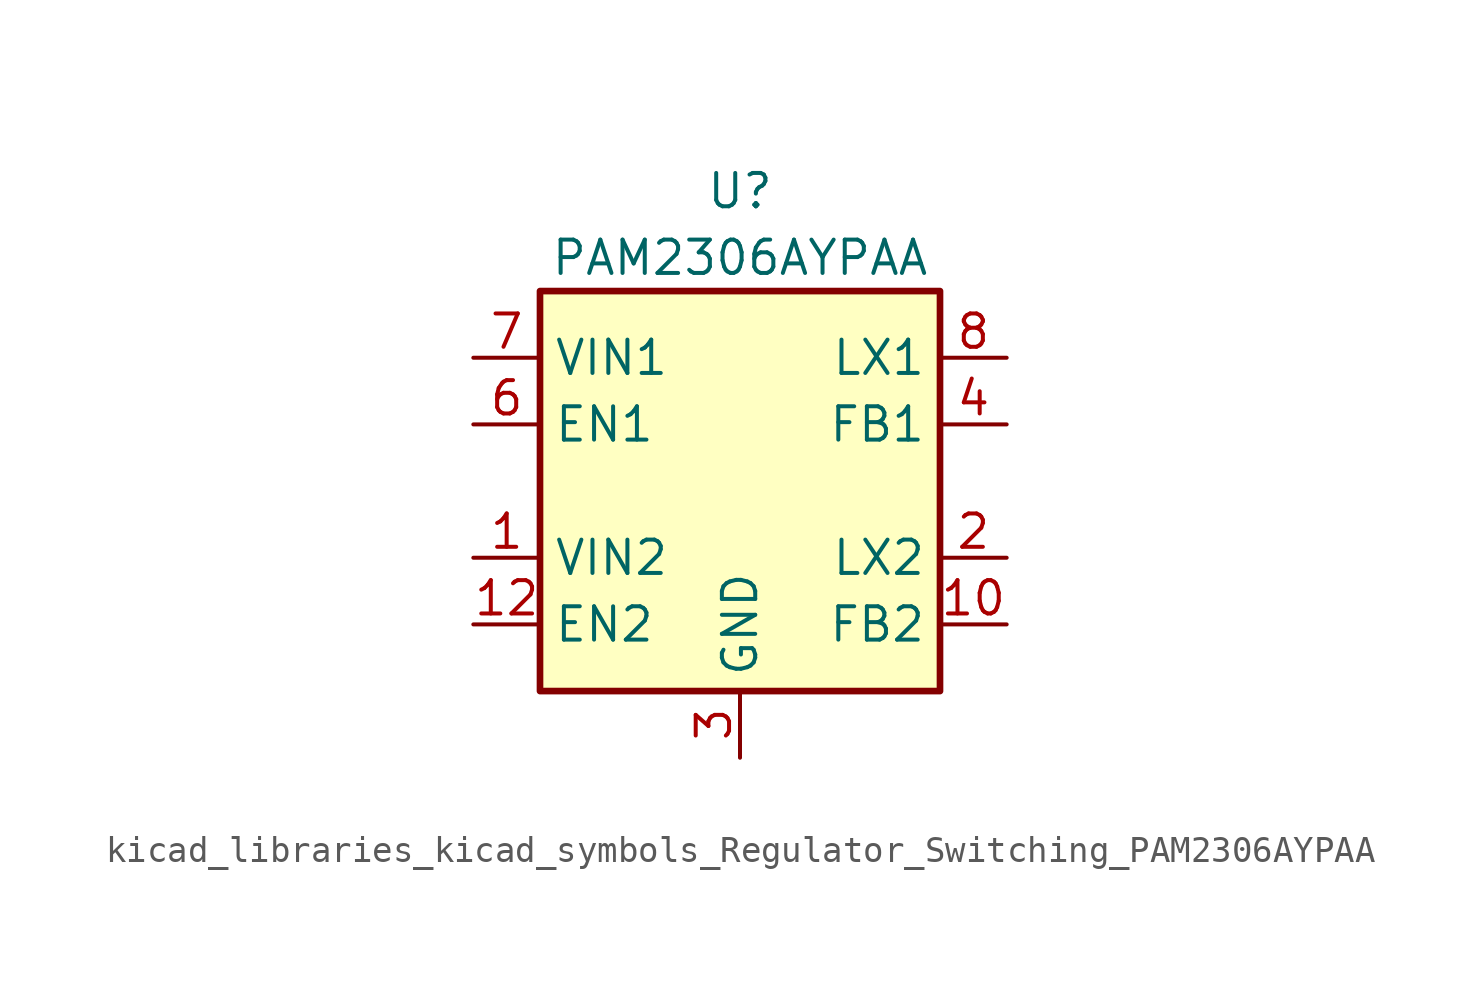
<source format=kicad_sym>
(kicad_symbol_lib
  (version 20220914)
  (generator kicad_symbol_editor)
  (symbol "kicad_libraries_kicad_symbols_Regulator_Switching_PAM2306AYPAA"
    (property "Reference" "U"
      (at 0 11.43 0)
      (effects (font (size 1.27 1.27))))
    (property "Value" "PAM2306AYPAA"
      (at 0 8.89 0)
      (effects (font (size 1.27 1.27))))
    (symbol "kicad_libraries_kicad_symbols_Regulator_Switching_PAM2306AYPAA_0_1"
      (rectangle (start 7.62 7.62) (end -7.62 -7.62) (stroke (width 0.254) (type default)) (fill (type background))))
    (symbol "kicad_libraries_kicad_symbols_Regulator_Switching_PAM2306AYPAA_1_1"
      (pin power_in line (at -10.16 -2.54 0) (length 2.54) (name "VIN2" (effects (font (size 1.27 1.27)))) (number "1" (effects (font (size 1.27 1.27)))))
      (pin input line (at 10.16 -5.08 180) (length 2.54) (name "FB2" (effects (font (size 1.27 1.27)))) (number "10" (effects (font (size 1.27 1.27)))))
      (pin no_connect line (at 7.62 0 180) (length 2.54) hide (name "NC2" (effects (font (size 1.27 1.27)))) (number "11" (effects (font (size 1.27 1.27)))))
      (pin input line (at -10.16 -5.08 0) (length 2.54) (name "EN2" (effects (font (size 1.27 1.27)))) (number "12" (effects (font (size 1.27 1.27)))))
      (pin passive line (at 0 -10.16 90) (length 2.54) hide (name "GND" (effects (font (size 1.27 1.27)))) (number "13" (effects (font (size 1.27 1.27)))))
      (pin output line (at 10.16 -2.54 180) (length 2.54) (name "LX2" (effects (font (size 1.27 1.27)))) (number "2" (effects (font (size 1.27 1.27)))))
      (pin power_in line (at 0 -10.16 90) (length 2.54) (name "GND" (effects (font (size 1.27 1.27)))) (number "3" (effects (font (size 1.27 1.27)))))
      (pin input line (at 10.16 2.54 180) (length 2.54) (name "FB1" (effects (font (size 1.27 1.27)))) (number "4" (effects (font (size 1.27 1.27)))))
      (pin no_connect line (at -7.62 0 0) (length 2.54) hide (name "NC1" (effects (font (size 1.27 1.27)))) (number "5" (effects (font (size 1.27 1.27)))))
      (pin input line (at -10.16 2.54 0) (length 2.54) (name "EN1" (effects (font (size 1.27 1.27)))) (number "6" (effects (font (size 1.27 1.27)))))
      (pin power_in line (at -10.16 5.08 0) (length 2.54) (name "VIN1" (effects (font (size 1.27 1.27)))) (number "7" (effects (font (size 1.27 1.27)))))
      (pin output line (at 10.16 5.08 180) (length 2.54) (name "LX1" (effects (font (size 1.27 1.27)))) (number "8" (effects (font (size 1.27 1.27)))))
      (pin passive line (at 0 -10.16 90) (length 2.54) hide (name "GND" (effects (font (size 1.27 1.27)))) (number "9" (effects (font (size 1.27 1.27))))))))
</source>
